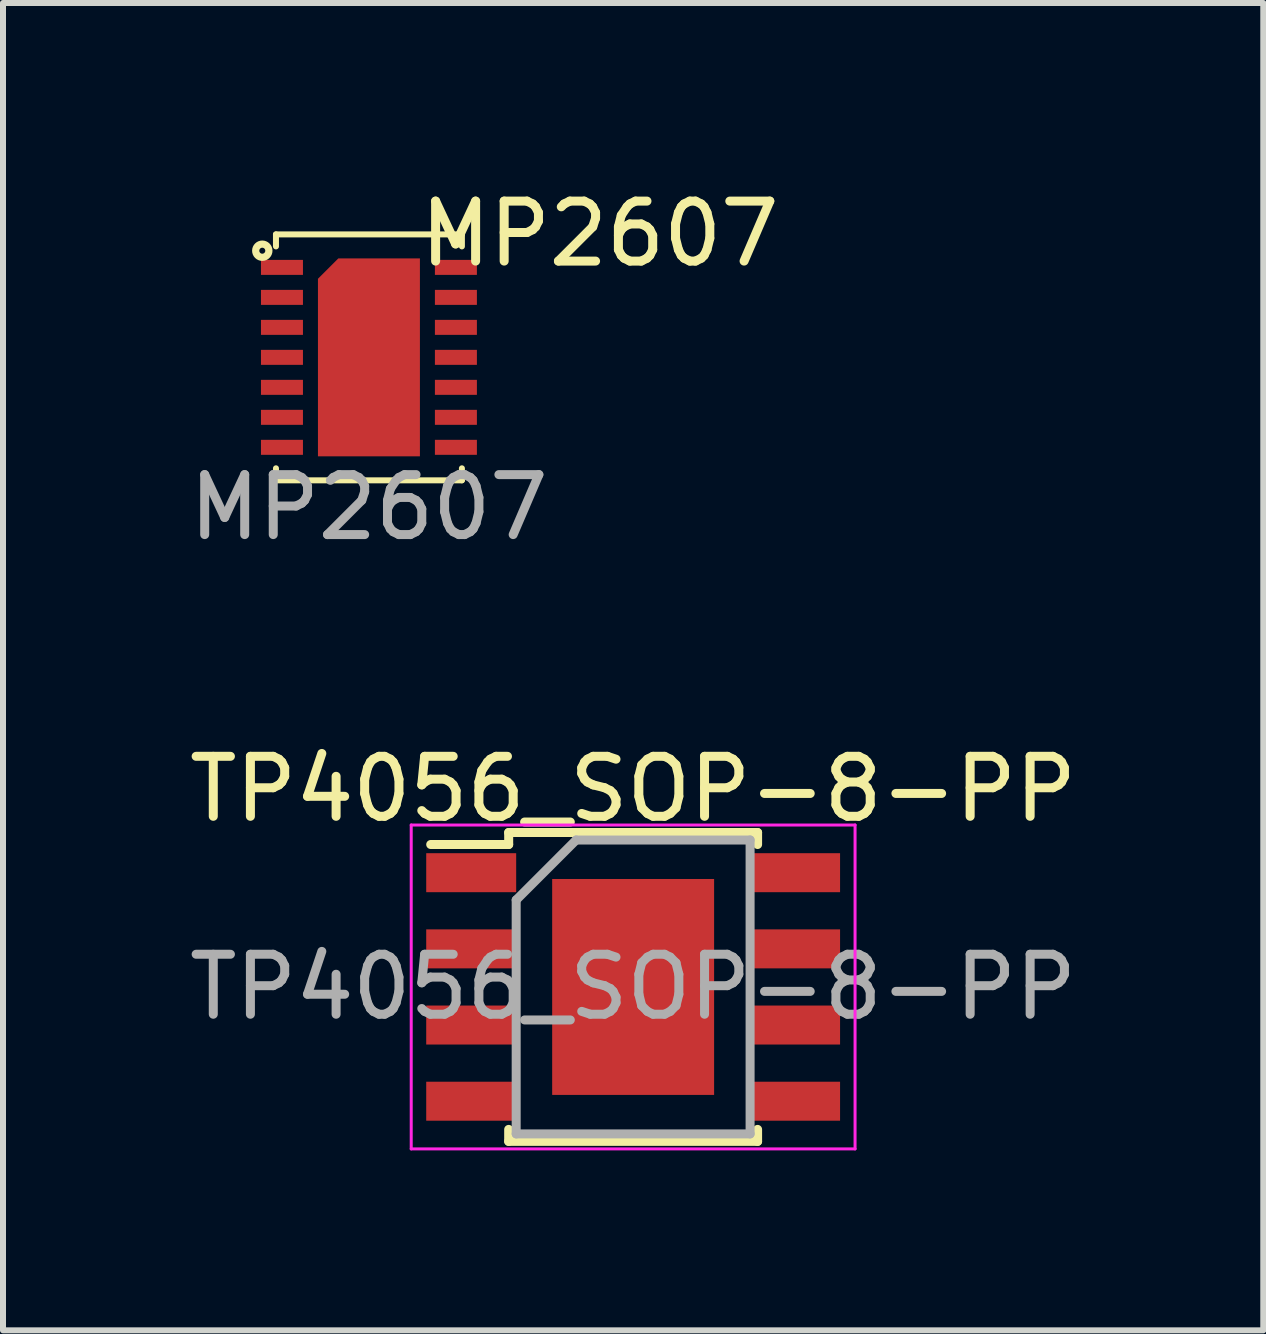
<source format=kicad_pcb>
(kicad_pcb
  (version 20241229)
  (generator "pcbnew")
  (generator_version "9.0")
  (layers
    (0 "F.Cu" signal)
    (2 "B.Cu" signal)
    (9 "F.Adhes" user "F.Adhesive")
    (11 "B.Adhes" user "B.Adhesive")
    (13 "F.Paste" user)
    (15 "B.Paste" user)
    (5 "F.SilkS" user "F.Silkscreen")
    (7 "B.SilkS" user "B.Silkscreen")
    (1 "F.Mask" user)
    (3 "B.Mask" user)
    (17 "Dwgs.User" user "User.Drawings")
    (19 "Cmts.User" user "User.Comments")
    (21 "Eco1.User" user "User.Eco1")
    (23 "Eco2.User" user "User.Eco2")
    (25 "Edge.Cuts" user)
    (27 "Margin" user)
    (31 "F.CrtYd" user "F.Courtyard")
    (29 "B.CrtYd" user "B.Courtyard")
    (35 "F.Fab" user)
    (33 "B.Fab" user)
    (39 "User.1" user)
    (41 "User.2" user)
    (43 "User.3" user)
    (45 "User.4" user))
  (footprint "TP4056_SOP-8-PP"
    (layer "F.Cu")
    (at 7.506 13.405)
    (property "Reference" "TP4056_SOP-8-PP" (at 0 -3.3 0) (layer "F.SilkS") (effects (font (size 1 1) (thickness 0.15))))
    (attr smd)
    (fp_line (start -2.075 -2.575) (end -2.075 -2.375) (stroke (width 0.15) (type solid)) (layer "F.SilkS"))
    (fp_line (start -2.075 -2.575) (end 2.075 -2.575) (stroke (width 0.15) (type solid)) (layer "F.SilkS"))
    (fp_line (start -2.075 -2.375) (end -3.375 -2.375) (stroke (width 0.15) (type solid)) (layer "F.SilkS"))
    (fp_line (start -2.075 2.575) (end -2.075 2.375) (stroke (width 0.15) (type solid)) (layer "F.SilkS"))
    (fp_line (start -2.075 2.575) (end 2.075 2.575) (stroke (width 0.15) (type solid)) (layer "F.SilkS"))
    (fp_line (start 2.075 -2.575) (end 2.075 -2.375) (stroke (width 0.15) (type solid)) (layer "F.SilkS"))
    (fp_line (start 2.075 2.575) (end 2.075 2.375) (stroke (width 0.15) (type solid)) (layer "F.SilkS"))
    (fp_line (start -3.7 -2.7) (end -3.7 2.7) (stroke (width 0.05) (type solid)) (layer "F.CrtYd"))
    (fp_line (start -3.7 -2.7) (end 3.7 -2.7) (stroke (width 0.05) (type solid)) (layer "F.CrtYd"))
    (fp_line (start -3.7 2.7) (end 3.7 2.7) (stroke (width 0.05) (type solid)) (layer "F.CrtYd"))
    (fp_line (start 3.7 -2.7) (end 3.7 2.7) (stroke (width 0.05) (type solid)) (layer "F.CrtYd"))
    (fp_line (start -1.95 -1.45) (end -0.95 -2.45) (stroke (width 0.15) (type solid)) (layer "F.Fab"))
    (fp_line (start -1.95 2.45) (end -1.95 -1.45) (stroke (width 0.15) (type solid)) (layer "F.Fab"))
    (fp_line (start -0.95 -2.45) (end 1.95 -2.45) (stroke (width 0.15) (type solid)) (layer "F.Fab"))
    (fp_line (start 1.95 -2.45) (end 1.95 2.45) (stroke (width 0.15) (type solid)) (layer "F.Fab"))
    (fp_line (start 1.95 2.45) (end -1.95 2.45) (stroke (width 0.15) (type solid)) (layer "F.Fab"))
    (fp_text user "${REFERENCE}" (at 0 0 0) (layer "F.Fab") (effects (font (size 1 1) (thickness 0.15))))
    (pad "1" smd rect (at -2.7 -1.905) (size 1.5 0.65) (layers "F.Cu" "F.Mask" "F.Paste"))
    (pad "2" smd rect (at -2.7 -0.635) (size 1.5 0.65) (layers "F.Cu" "F.Mask" "F.Paste"))
    (pad "3" smd rect (at -2.7 0.635) (size 1.5 0.65) (layers "F.Cu" "F.Mask" "F.Paste"))
    (pad "4" smd rect (at -2.7 1.905) (size 1.5 0.65) (layers "F.Cu" "F.Mask" "F.Paste"))
    (pad "5" smd rect (at 2.7 1.905) (size 1.5 0.65) (layers "F.Cu" "F.Mask" "F.Paste"))
    (pad "6" smd rect (at 2.7 0.635) (size 1.5 0.65) (layers "F.Cu" "F.Mask" "F.Paste"))
    (pad "7" smd rect (at 2.7 -0.635) (size 1.5 0.65) (layers "F.Cu" "F.Mask" "F.Paste"))
    (pad "8" smd rect (at 2.7 -1.905) (size 1.5 0.65) (layers "F.Cu" "F.Mask" "F.Paste"))
    (pad "9" smd rect (at 0 0) (size 2.7 3.6) (layers "F.Cu" "F.Mask" "F.Paste")))
  (footprint "MP2607"
    (layer "F.Cu")
    (at 3.101 2.908)
    (property "Reference" "MP2607" (at 3.85 -2.06 0) (unlocked yes) (layer "F.SilkS") (effects (font (size 1 1) (thickness 0.15))))
    (attr smd)
    (fp_line (start -1.55 -2.05) (end -1.55 -1.85) (stroke (width 0.1) (type solid)) (layer "F.SilkS"))
    (fp_line (start -1.55 -2.05) (end 1.55 -2.05) (stroke (width 0.1) (type solid)) (layer "F.SilkS"))
    (fp_line (start -1.55 2.05) (end -1.55 1.85) (stroke (width 0.1) (type solid)) (layer "F.SilkS"))
    (fp_line (start 1.55 -2.05) (end 1.55 -1.85) (stroke (width 0.1) (type solid)) (layer "F.SilkS"))
    (fp_line (start 1.55 2.05) (end -1.55 2.05) (stroke (width 0.1) (type solid)) (layer "F.SilkS"))
    (fp_line (start 1.55 2.05) (end 1.55 1.85) (stroke (width 0.1) (type solid)) (layer "F.SilkS"))
    (fp_circle (center -1.778 -1.778) (end -1.738 -1.748) (stroke (width 0.12) (type solid)) (fill no) (layer "F.SilkS"))
    (fp_text user "${REFERENCE}" (at 0 2.5 0) (unlocked yes) (layer "F.Fab") (effects (font (size 1 1) (thickness 0.15))))
    (pad "1" smd rect (at -1.45 -1.5 90) (size 0.25 0.7) (layers "F.Cu" "F.Mask" "F.Paste"))
    (pad "2" smd rect (at -1.45 -1 90) (size 0.25 0.7) (layers "F.Cu" "F.Mask" "F.Paste"))
    (pad "3" smd rect (at -1.45 -0.5 90) (size 0.25 0.7) (layers "F.Cu" "F.Mask" "F.Paste"))
    (pad "4" smd rect (at -1.45 0 90) (size 0.25 0.7) (layers "F.Cu" "F.Mask" "F.Paste"))
    (pad "5" smd rect (at -1.45 0.5 90) (size 0.25 0.7) (layers "F.Cu" "F.Mask" "F.Paste"))
    (pad "6" smd rect (at -1.45 1 90) (size 0.25 0.7) (layers "F.Cu" "F.Mask" "F.Paste"))
    (pad "7" smd rect (at -1.45 1.5 90) (size 0.25 0.7) (layers "F.Cu" "F.Mask" "F.Paste"))
    (pad "8" smd rect (at 1.45 -1.5 90) (size 0.25 0.7) (layers "F.Cu" "F.Mask" "F.Paste"))
    (pad "9" smd rect (at 1.45 -1 90) (size 0.25 0.7) (layers "F.Cu" "F.Mask" "F.Paste"))
    (pad "10" smd rect (at 1.45 -0.5 90) (size 0.25 0.7) (layers "F.Cu" "F.Mask" "F.Paste"))
    (pad "11" smd rect (at 1.45 0 90) (size 0.25 0.7) (layers "F.Cu" "F.Mask" "F.Paste"))
    (pad "12" smd rect (at 1.45 0.5 90) (size 0.25 0.7) (layers "F.Cu" "F.Mask" "F.Paste"))
    (pad "13" smd rect (at 1.45 1 90) (size 0.25 0.7) (layers "F.Cu" "F.Mask" "F.Paste"))
    (pad "14" smd rect (at 1.45 1.5 90) (size 0.25 0.7) (layers "F.Cu" "F.Mask" "F.Paste"))
    (pad "15" smd roundrect (at 0 0) (size 1.7 3.3) (layers "F.Cu" "F.Mask" "F.Paste") (roundrect_rratio 0) (chamfer_ratio 0.2) (chamfer top_left)))
  (gr_rect
    (start -3 -3)
    (end 18.012 19.13)
    (stroke (width 0.1) (type default))
    (fill no)
    (layer "Edge.Cuts")))
</source>
